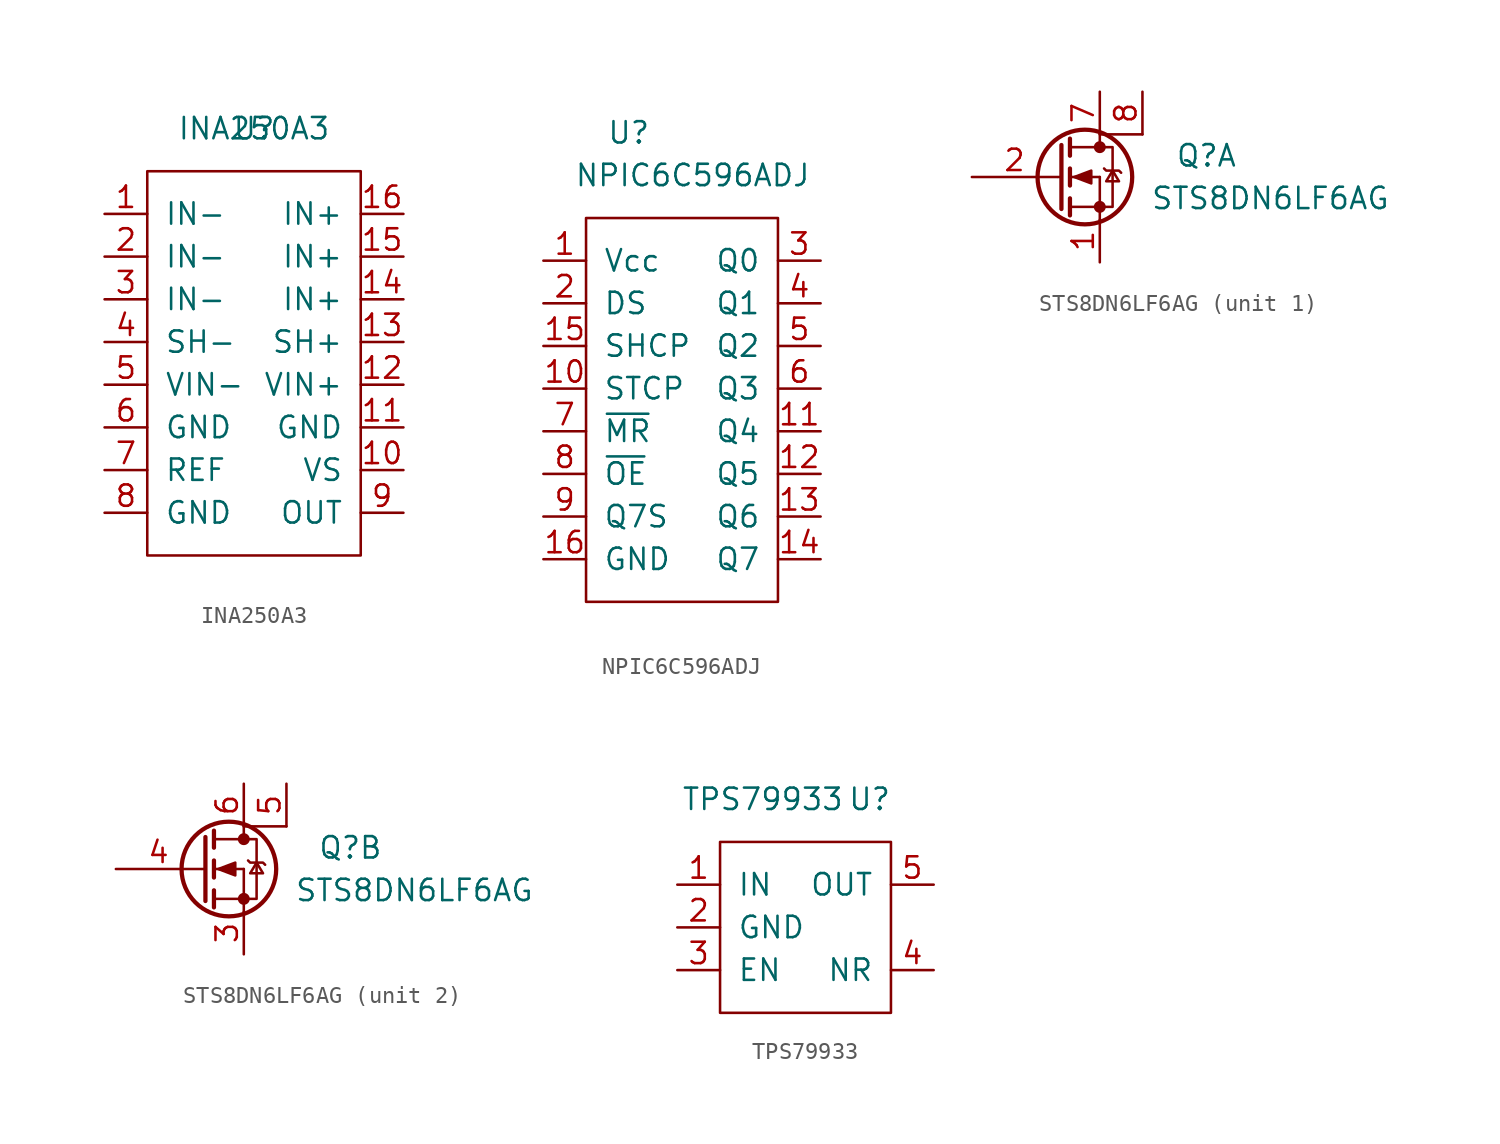
<source format=kicad_sym>
(kicad_symbol_lib
  (version 20201005)
  (generator kicad_symbol_editor)
  (symbol "INA250A3"
    (pin_names
      (offset 1.016))
    (property "Reference" "U"
      (at 0 13.97 0)
      (effects (font (size 1.27 1.27))))
    (property "Value" "INA250A3"
      (at 0 13.97 0)
      (effects (font (size 1.27 1.27))))
    (symbol "INA250A3_0_1"
      (rectangle (start -6.35 11.43) (end 6.35 -11.43) (stroke (width 0)) (fill (type none))))
    (symbol "INA250A3_1_1"
      (pin passive line (at -8.89 8.89 0) (length 2.54) (name "IN-" (effects (font (size 1.27 1.27)))) (number "1" (effects (font (size 1.27 1.27)))))
      (pin power_in line (at 8.89 -6.35 180) (length 2.54) (name "VS" (effects (font (size 1.27 1.27)))) (number "10" (effects (font (size 1.27 1.27)))))
      (pin power_in line (at 8.89 -3.81 180) (length 2.54) (name "GND" (effects (font (size 1.27 1.27)))) (number "11" (effects (font (size 1.27 1.27)))))
      (pin passive line (at 8.89 -1.27 180) (length 2.54) (name "VIN+" (effects (font (size 1.27 1.27)))) (number "12" (effects (font (size 1.27 1.27)))))
      (pin passive line (at 8.89 1.27 180) (length 2.54) (name "SH+" (effects (font (size 1.27 1.27)))) (number "13" (effects (font (size 1.27 1.27)))))
      (pin passive line (at 8.89 3.81 180) (length 2.54) (name "IN+" (effects (font (size 1.27 1.27)))) (number "14" (effects (font (size 1.27 1.27)))))
      (pin passive line (at 8.89 6.35 180) (length 2.54) (name "IN+" (effects (font (size 1.27 1.27)))) (number "15" (effects (font (size 1.27 1.27)))))
      (pin passive line (at 8.89 8.89 180) (length 2.54) (name "IN+" (effects (font (size 1.27 1.27)))) (number "16" (effects (font (size 1.27 1.27)))))
      (pin passive line (at -8.89 6.35 0) (length 2.54) (name "IN-" (effects (font (size 1.27 1.27)))) (number "2" (effects (font (size 1.27 1.27)))))
      (pin passive line (at -8.89 3.81 0) (length 2.54) (name "IN-" (effects (font (size 1.27 1.27)))) (number "3" (effects (font (size 1.27 1.27)))))
      (pin passive line (at -8.89 1.27 0) (length 2.54) (name "SH-" (effects (font (size 1.27 1.27)))) (number "4" (effects (font (size 1.27 1.27)))))
      (pin passive line (at -8.89 -1.27 0) (length 2.54) (name "VIN-" (effects (font (size 1.27 1.27)))) (number "5" (effects (font (size 1.27 1.27)))))
      (pin power_in line (at -8.89 -3.81 0) (length 2.54) (name "GND" (effects (font (size 1.27 1.27)))) (number "6" (effects (font (size 1.27 1.27)))))
      (pin passive line (at -8.89 -6.35 0) (length 2.54) (name "REF" (effects (font (size 1.27 1.27)))) (number "7" (effects (font (size 1.27 1.27)))))
      (pin power_in line (at -8.89 -8.89 0) (length 2.54) (name "GND" (effects (font (size 1.27 1.27)))) (number "8" (effects (font (size 1.27 1.27)))))
      (pin output line (at 8.89 -8.89 180) (length 2.54) (name "OUT" (effects (font (size 1.27 1.27)))) (number "9" (effects (font (size 1.27 1.27)))))))
  (symbol "NPIC6C596ADJ"
    (pin_names
      (offset 1.016))
    (property "Reference" "U"
      (at -3.81 16.51 0)
      (effects (font (size 1.27 1.27))))
    (property "Value" "NPIC6C596ADJ"
      (at 0 13.97 0)
      (effects (font (size 1.27 1.27))))
    (symbol "NPIC6C596ADJ_0_1"
      (rectangle (start -6.35 11.43) (end 5.08 -11.43) (stroke (width 0)) (fill (type none))))
    (symbol "NPIC6C596ADJ_1_1"
      (pin power_in line (at -8.89 8.89 0) (length 2.54) (name "Vcc" (effects (font (size 1.27 1.27)))) (number "1" (effects (font (size 1.27 1.27)))))
      (pin input line (at -8.89 1.27 0) (length 2.54) (name "STCP" (effects (font (size 1.27 1.27)))) (number "10" (effects (font (size 1.27 1.27)))))
      (pin open_collector line (at 7.62 -1.27 180) (length 2.54) (name "Q4" (effects (font (size 1.27 1.27)))) (number "11" (effects (font (size 1.27 1.27)))))
      (pin open_collector line (at 7.62 -3.81 180) (length 2.54) (name "Q5" (effects (font (size 1.27 1.27)))) (number "12" (effects (font (size 1.27 1.27)))))
      (pin open_collector line (at 7.62 -6.35 180) (length 2.54) (name "Q6" (effects (font (size 1.27 1.27)))) (number "13" (effects (font (size 1.27 1.27)))))
      (pin open_collector line (at 7.62 -8.89 180) (length 2.54) (name "Q7" (effects (font (size 1.27 1.27)))) (number "14" (effects (font (size 1.27 1.27)))))
      (pin input line (at -8.89 3.81 0) (length 2.54) (name "SHCP" (effects (font (size 1.27 1.27)))) (number "15" (effects (font (size 1.27 1.27)))))
      (pin power_in line (at -8.89 -8.89 0) (length 2.54) (name "GND" (effects (font (size 1.27 1.27)))) (number "16" (effects (font (size 1.27 1.27)))))
      (pin input line (at -8.89 6.35 0) (length 2.54) (name "DS" (effects (font (size 1.27 1.27)))) (number "2" (effects (font (size 1.27 1.27)))))
      (pin open_collector line (at 7.62 8.89 180) (length 2.54) (name "Q0" (effects (font (size 1.27 1.27)))) (number "3" (effects (font (size 1.27 1.27)))))
      (pin open_collector line (at 7.62 6.35 180) (length 2.54) (name "Q1" (effects (font (size 1.27 1.27)))) (number "4" (effects (font (size 1.27 1.27)))))
      (pin open_collector line (at 7.62 3.81 180) (length 2.54) (name "Q2" (effects (font (size 1.27 1.27)))) (number "5" (effects (font (size 1.27 1.27)))))
      (pin open_collector line (at 7.62 1.27 180) (length 2.54) (name "Q3" (effects (font (size 1.27 1.27)))) (number "6" (effects (font (size 1.27 1.27)))))
      (pin input line (at -8.89 -1.27 0) (length 2.54) (name "~MR" (effects (font (size 1.27 1.27)))) (number "7" (effects (font (size 1.27 1.27)))))
      (pin input line (at -8.89 -3.81 0) (length 2.54) (name "~OE" (effects (font (size 1.27 1.27)))) (number "8" (effects (font (size 1.27 1.27)))))
      (pin output line (at -8.89 -6.35 0) (length 2.54) (name "Q7S" (effects (font (size 1.27 1.27)))) (number "9" (effects (font (size 1.27 1.27)))))))
  (symbol "STS8DN6LF6AG"
    (pin_names
      (offset 1.016))
    (property "Reference" "Q"
      (at 7.62 1.27 0)
      (effects (font (size 1.27 1.27))))
    (property "Value" "STS8DN6LF6AG"
      (at 11.43 -1.27 0)
      (effects (font (size 1.27 1.27))))
    (symbol "STS8DN6LF6AG_0_1"
      (polyline (pts (xy 3.81 2.54) (xy 1.27 2.54)) (stroke (width 0)) (fill (type none))))
    (symbol "STS8DN6LF6AG_1_1"
      (circle (center 0.381 0) (radius 2.819) (stroke (width 0.254)) (fill (type none)))
      (circle (center 1.27 -1.778) (radius 0.279) (stroke (width 0)) (fill (type outline)))
      (circle (center 1.27 1.778) (radius 0.279) (stroke (width 0)) (fill (type outline)))
      (polyline (pts (xy -1.219 0) (xy -1.016 0)) (stroke (width 0)) (fill (type none)))
      (polyline (pts (xy -0.508 -1.778) (xy 1.27 -1.778)) (stroke (width 0)) (fill (type none)))
      (polyline (pts (xy -0.508 -1.27) (xy -0.508 -2.286)) (stroke (width 0.254)) (fill (type none)))
      (polyline (pts (xy -0.508 0) (xy 1.27 0)) (stroke (width 0)) (fill (type none)))
      (polyline (pts (xy -0.508 0.508) (xy -0.508 -0.508)) (stroke (width 0.254)) (fill (type none)))
      (polyline (pts (xy -0.508 1.778) (xy 1.27 1.778)) (stroke (width 0)) (fill (type none)))
      (polyline (pts (xy -0.508 2.286) (xy -0.508 1.27)) (stroke (width 0.254)) (fill (type none)))
      (polyline (pts (xy 1.27 -1.778) (xy 1.27 -2.54)) (stroke (width 0)) (fill (type none)))
      (polyline (pts (xy 1.27 -1.778) (xy 1.27 0)) (stroke (width 0)) (fill (type none)))
      (polyline (pts (xy 1.27 2.54) (xy 1.27 1.778)) (stroke (width 0)) (fill (type none)))
      (polyline (pts (xy -1.016 1.905) (xy -1.016 -1.905) (xy -1.016 -1.905)) (stroke (width 0.254)) (fill (type none)))
      (polyline (pts (xy 1.27 -1.778) (xy 2.032 -1.778) (xy 2.032 1.778) (xy 1.27 1.778)) (stroke (width 0)) (fill (type none)))
      (polyline (pts (xy 1.524 0.508) (xy 1.651 0.381) (xy 2.413 0.381) (xy 2.54 0.254)) (stroke (width 0)) (fill (type none)))
      (polyline (pts (xy 2.032 0.381) (xy 1.651 -0.254) (xy 2.413 -0.254) (xy 2.032 0.381)) (stroke (width 0)) (fill (type none)))
      (polyline (pts (xy -0.254 0) (xy 0.762 0.381) (xy 0.762 -0.381) (xy -0.254 0)) (stroke (width 0)) (fill (type outline)))
      (pin passive line (at 1.27 -5.08 90) (length 2.54) (name "~" (effects (font (size 1.27 1.27)))) (number "1" (effects (font (size 1.27 1.27)))))
      (pin input line (at -6.35 0 0) (length 5.08) (name "~" (effects (font (size 1.27 1.27)))) (number "2" (effects (font (size 1.27 1.27)))))
      (pin passive line (at 1.27 5.08 270) (length 2.54) (name "~" (effects (font (size 1.27 1.27)))) (number "7" (effects (font (size 1.27 1.27)))))
      (pin passive line (at 3.81 5.08 270) (length 2.54) (name "~" (effects (font (size 1.27 1.27)))) (number "8" (effects (font (size 1.27 1.27))))))
    (symbol "STS8DN6LF6AG_2_1"
      (circle (center 0.381 0) (radius 2.819) (stroke (width 0.254)) (fill (type none)))
      (circle (center 1.27 -1.778) (radius 0.279) (stroke (width 0)) (fill (type outline)))
      (circle (center 1.27 1.778) (radius 0.279) (stroke (width 0)) (fill (type outline)))
      (polyline (pts (xy -1.219 0) (xy -1.016 0)) (stroke (width 0)) (fill (type none)))
      (polyline (pts (xy -0.508 -1.778) (xy 1.27 -1.778)) (stroke (width 0)) (fill (type none)))
      (polyline (pts (xy -0.508 -1.27) (xy -0.508 -2.286)) (stroke (width 0.254)) (fill (type none)))
      (polyline (pts (xy -0.508 0) (xy 1.27 0)) (stroke (width 0)) (fill (type none)))
      (polyline (pts (xy -0.508 0.508) (xy -0.508 -0.508)) (stroke (width 0.254)) (fill (type none)))
      (polyline (pts (xy -0.508 1.778) (xy 1.27 1.778)) (stroke (width 0)) (fill (type none)))
      (polyline (pts (xy -0.508 2.286) (xy -0.508 1.27)) (stroke (width 0.254)) (fill (type none)))
      (polyline (pts (xy 1.27 -1.778) (xy 1.27 -2.54)) (stroke (width 0)) (fill (type none)))
      (polyline (pts (xy 1.27 -1.778) (xy 1.27 0)) (stroke (width 0)) (fill (type none)))
      (polyline (pts (xy 1.27 2.54) (xy 1.27 1.778)) (stroke (width 0)) (fill (type none)))
      (polyline (pts (xy -1.016 1.905) (xy -1.016 -1.905) (xy -1.016 -1.905)) (stroke (width 0.254)) (fill (type none)))
      (polyline (pts (xy 1.27 -1.778) (xy 2.032 -1.778) (xy 2.032 1.778) (xy 1.27 1.778)) (stroke (width 0)) (fill (type none)))
      (polyline (pts (xy 1.524 0.508) (xy 1.651 0.381) (xy 2.413 0.381) (xy 2.54 0.254)) (stroke (width 0)) (fill (type none)))
      (polyline (pts (xy 2.032 0.381) (xy 1.651 -0.254) (xy 2.413 -0.254) (xy 2.032 0.381)) (stroke (width 0)) (fill (type none)))
      (polyline (pts (xy -0.254 0) (xy 0.762 0.381) (xy 0.762 -0.381) (xy -0.254 0)) (stroke (width 0)) (fill (type outline)))
      (pin passive line (at 1.27 -5.08 90) (length 2.54) (name "~" (effects (font (size 1.27 1.27)))) (number "3" (effects (font (size 1.27 1.27)))))
      (pin input line (at -6.35 0 0) (length 5.08) (name "~" (effects (font (size 1.27 1.27)))) (number "4" (effects (font (size 1.27 1.27)))))
      (pin passive line (at 3.81 5.08 270) (length 2.54) (name "~" (effects (font (size 1.27 1.27)))) (number "5" (effects (font (size 1.27 1.27)))))
      (pin passive line (at 1.27 5.08 270) (length 2.54) (name "~" (effects (font (size 1.27 1.27)))) (number "6" (effects (font (size 1.27 1.27)))))))
  (symbol "TPS79933"
    (pin_names
      (offset 1.016))
    (property "Reference" "U"
      (at 3.81 7.62 0)
      (effects (font (size 1.27 1.27))))
    (property "Value" "TPS79933"
      (at -2.54 7.62 0)
      (effects (font (size 1.27 1.27))))
    (symbol "TPS79933_0_1"
      (rectangle (start -5.08 5.08) (end 5.08 -5.08) (stroke (width 0)) (fill (type none))))
    (symbol "TPS79933_1_1"
      (pin power_in line (at -7.62 2.54 0) (length 2.54) (name "IN" (effects (font (size 1.27 1.27)))) (number "1" (effects (font (size 1.27 1.27)))))
      (pin power_in line (at -7.62 0 0) (length 2.54) (name "GND" (effects (font (size 1.27 1.27)))) (number "2" (effects (font (size 1.27 1.27)))))
      (pin input line (at -7.62 -2.54 0) (length 2.54) (name "EN" (effects (font (size 1.27 1.27)))) (number "3" (effects (font (size 1.27 1.27)))))
      (pin passive line (at 7.62 -2.54 180) (length 2.54) (name "NR" (effects (font (size 1.27 1.27)))) (number "4" (effects (font (size 1.27 1.27)))))
      (pin power_out line (at 7.62 2.54 180) (length 2.54) (name "OUT" (effects (font (size 1.27 1.27)))) (number "5" (effects (font (size 1.27 1.27))))))))
</source>
